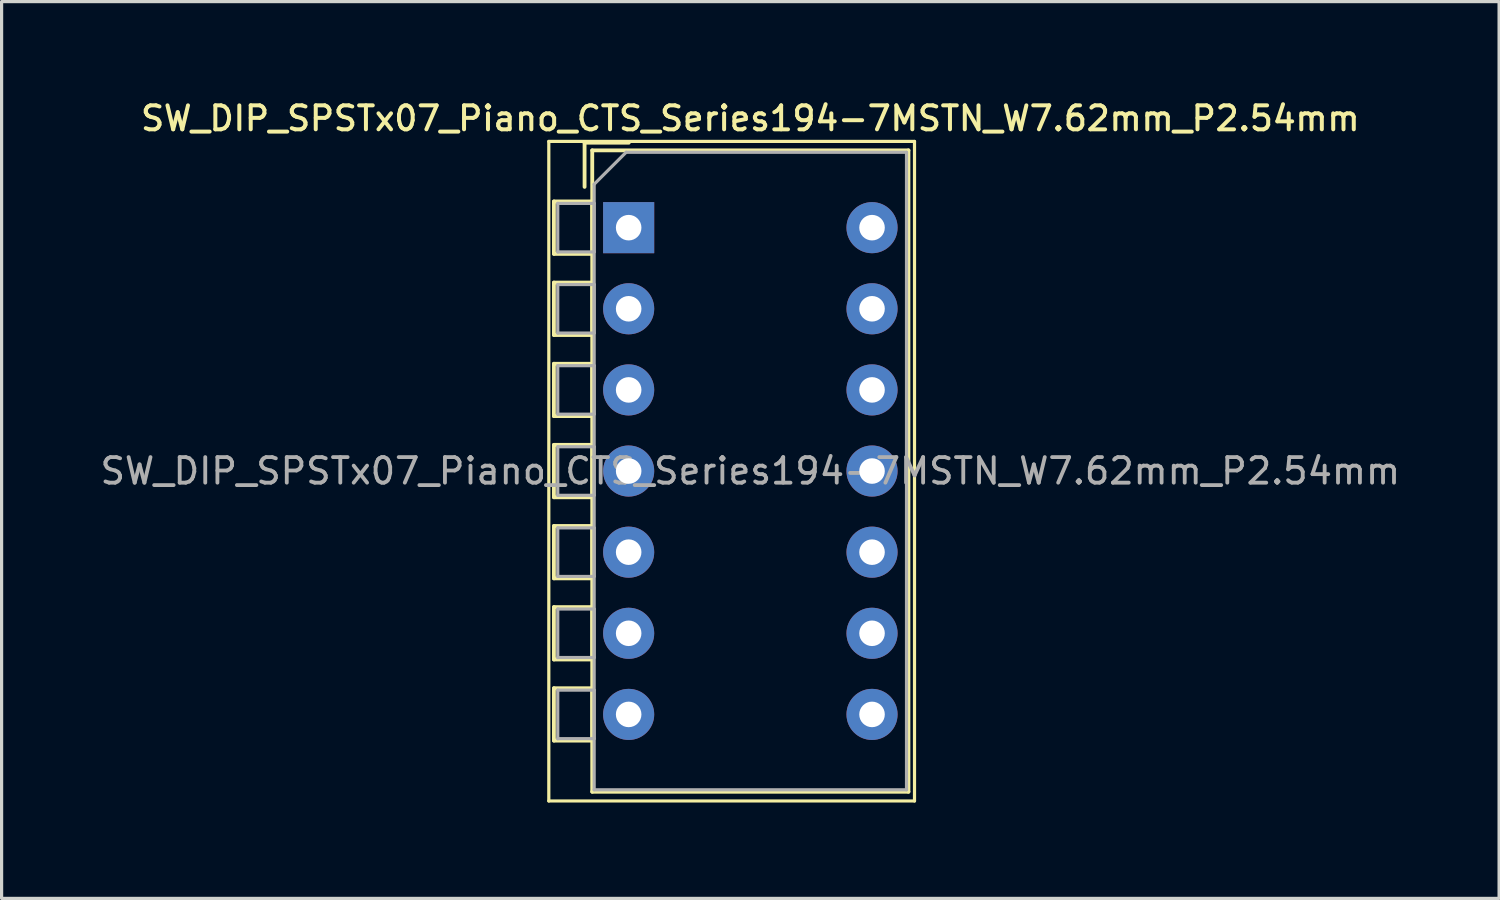
<source format=kicad_pcb>
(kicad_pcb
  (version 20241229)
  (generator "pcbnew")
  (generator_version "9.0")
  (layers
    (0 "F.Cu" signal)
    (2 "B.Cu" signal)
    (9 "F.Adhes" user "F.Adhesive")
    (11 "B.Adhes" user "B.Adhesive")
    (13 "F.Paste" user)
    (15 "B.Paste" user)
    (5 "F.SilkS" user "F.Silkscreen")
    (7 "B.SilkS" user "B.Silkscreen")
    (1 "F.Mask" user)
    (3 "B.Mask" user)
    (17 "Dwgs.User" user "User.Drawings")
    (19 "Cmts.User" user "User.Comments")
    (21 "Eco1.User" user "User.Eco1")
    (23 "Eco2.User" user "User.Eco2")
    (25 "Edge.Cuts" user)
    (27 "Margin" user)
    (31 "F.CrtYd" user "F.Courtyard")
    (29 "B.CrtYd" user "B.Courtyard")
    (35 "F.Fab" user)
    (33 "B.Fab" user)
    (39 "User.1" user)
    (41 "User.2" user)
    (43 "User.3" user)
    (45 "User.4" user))
  (footprint "SW_DIP_SPSTx07_Piano_CTS_Series194-7MSTN_W7.62mm_P2.54mm"
    (layer "F.Cu")
    (at 16.633 4.078)
    (property "Reference" "SW_DIP_SPSTx07_Piano_CTS_Series194-7MSTN_W7.62mm_P2.54mm" (at 3.81 -3.42 0) (layer "F.SilkS") (effects (font (size 0.75 0.75) (thickness 0.125))))
    (attr through_hole)
    (fp_line (start -2.5 -2.7) (end -2.5 17.95) (stroke (width 0.1) (type solid)) (layer "F.SilkS"))
    (fp_line (start -2.5 17.95) (end 8.95 17.95) (stroke (width 0.1) (type solid)) (layer "F.SilkS"))
    (fp_line (start -2.34 -0.82) (end -2.34 0.82) (stroke (width 0.12) (type solid)) (layer "F.SilkS"))
    (fp_line (start -2.34 -0.82) (end -1.14 -0.82) (stroke (width 0.12) (type solid)) (layer "F.SilkS"))
    (fp_line (start -2.34 0.82) (end -1.14 0.82) (stroke (width 0.12) (type solid)) (layer "F.SilkS"))
    (fp_line (start -2.34 1.72) (end -2.34 3.361) (stroke (width 0.12) (type solid)) (layer "F.SilkS"))
    (fp_line (start -2.34 1.72) (end -1.14 1.72) (stroke (width 0.12) (type solid)) (layer "F.SilkS"))
    (fp_line (start -2.34 3.361) (end -1.14 3.361) (stroke (width 0.12) (type solid)) (layer "F.SilkS"))
    (fp_line (start -2.34 4.261) (end -2.34 5.9) (stroke (width 0.12) (type solid)) (layer "F.SilkS"))
    (fp_line (start -2.34 4.261) (end -1.14 4.261) (stroke (width 0.12) (type solid)) (layer "F.SilkS"))
    (fp_line (start -2.34 5.9) (end -1.14 5.9) (stroke (width 0.12) (type solid)) (layer "F.SilkS"))
    (fp_line (start -2.34 6.801) (end -2.34 8.441) (stroke (width 0.12) (type solid)) (layer "F.SilkS"))
    (fp_line (start -2.34 6.801) (end -1.14 6.801) (stroke (width 0.12) (type solid)) (layer "F.SilkS"))
    (fp_line (start -2.34 8.441) (end -1.14 8.441) (stroke (width 0.12) (type solid)) (layer "F.SilkS"))
    (fp_line (start -2.34 9.34) (end -2.34 10.98) (stroke (width 0.12) (type solid)) (layer "F.SilkS"))
    (fp_line (start -2.34 9.34) (end -1.14 9.34) (stroke (width 0.12) (type solid)) (layer "F.SilkS"))
    (fp_line (start -2.34 10.98) (end -1.14 10.98) (stroke (width 0.12) (type solid)) (layer "F.SilkS"))
    (fp_line (start -2.34 11.88) (end -2.34 13.52) (stroke (width 0.12) (type solid)) (layer "F.SilkS"))
    (fp_line (start -2.34 11.88) (end -1.14 11.88) (stroke (width 0.12) (type solid)) (layer "F.SilkS"))
    (fp_line (start -2.34 13.52) (end -1.14 13.52) (stroke (width 0.12) (type solid)) (layer "F.SilkS"))
    (fp_line (start -2.34 14.42) (end -2.34 16.06) (stroke (width 0.12) (type solid)) (layer "F.SilkS"))
    (fp_line (start -2.34 14.42) (end -1.14 14.42) (stroke (width 0.12) (type solid)) (layer "F.SilkS"))
    (fp_line (start -2.34 16.06) (end -1.14 16.06) (stroke (width 0.12) (type solid)) (layer "F.SilkS"))
    (fp_line (start -1.38 -2.66) (end -1.38 -1.277) (stroke (width 0.12) (type solid)) (layer "F.SilkS"))
    (fp_line (start -1.38 -2.66) (end 0.004 -2.66) (stroke (width 0.12) (type solid)) (layer "F.SilkS"))
    (fp_line (start -1.14 -2.42) (end -1.14 17.661) (stroke (width 0.12) (type solid)) (layer "F.SilkS"))
    (fp_line (start -1.14 -2.42) (end 8.76 -2.42) (stroke (width 0.12) (type solid)) (layer "F.SilkS"))
    (fp_line (start -1.14 -0.82) (end -1.14 0.82) (stroke (width 0.12) (type solid)) (layer "F.SilkS"))
    (fp_line (start -1.14 1.72) (end -1.14 3.361) (stroke (width 0.12) (type solid)) (layer "F.SilkS"))
    (fp_line (start -1.14 4.261) (end -1.14 5.9) (stroke (width 0.12) (type solid)) (layer "F.SilkS"))
    (fp_line (start -1.14 6.801) (end -1.14 8.441) (stroke (width 0.12) (type solid)) (layer "F.SilkS"))
    (fp_line (start -1.14 9.34) (end -1.14 10.98) (stroke (width 0.12) (type solid)) (layer "F.SilkS"))
    (fp_line (start -1.14 11.88) (end -1.14 13.52) (stroke (width 0.12) (type solid)) (layer "F.SilkS"))
    (fp_line (start -1.14 14.42) (end -1.14 16.06) (stroke (width 0.12) (type solid)) (layer "F.SilkS"))
    (fp_line (start -1.14 17.661) (end 8.76 17.661) (stroke (width 0.12) (type solid)) (layer "F.SilkS"))
    (fp_line (start 8.76 -2.42) (end 8.76 17.661) (stroke (width 0.12) (type solid)) (layer "F.SilkS"))
    (fp_line (start 8.95 -2.7) (end -2.5 -2.7) (stroke (width 0.1) (type solid)) (layer "F.SilkS"))
    (fp_line (start 8.95 17.95) (end 8.95 -2.7) (stroke (width 0.1) (type solid)) (layer "F.SilkS"))
    (fp_line (start -2.22 -0.76) (end -1.08 -0.76) (stroke (width 0.1) (type solid)) (layer "F.Fab"))
    (fp_line (start -2.22 0.76) (end -2.22 -0.76) (stroke (width 0.1) (type solid)) (layer "F.Fab"))
    (fp_line (start -2.22 1.78) (end -1.08 1.78) (stroke (width 0.1) (type solid)) (layer "F.Fab"))
    (fp_line (start -2.22 3.3) (end -2.22 1.78) (stroke (width 0.1) (type solid)) (layer "F.Fab"))
    (fp_line (start -2.22 4.32) (end -1.08 4.32) (stroke (width 0.1) (type solid)) (layer "F.Fab"))
    (fp_line (start -2.22 5.84) (end -2.22 4.32) (stroke (width 0.1) (type solid)) (layer "F.Fab"))
    (fp_line (start -2.22 6.86) (end -1.08 6.86) (stroke (width 0.1) (type solid)) (layer "F.Fab"))
    (fp_line (start -2.22 8.38) (end -2.22 6.86) (stroke (width 0.1) (type solid)) (layer "F.Fab"))
    (fp_line (start -2.22 9.4) (end -1.08 9.4) (stroke (width 0.1) (type solid)) (layer "F.Fab"))
    (fp_line (start -2.22 10.92) (end -2.22 9.4) (stroke (width 0.1) (type solid)) (layer "F.Fab"))
    (fp_line (start -2.22 11.94) (end -1.08 11.94) (stroke (width 0.1) (type solid)) (layer "F.Fab"))
    (fp_line (start -2.22 13.46) (end -2.22 11.94) (stroke (width 0.1) (type solid)) (layer "F.Fab"))
    (fp_line (start -2.22 14.48) (end -1.08 14.48) (stroke (width 0.1) (type solid)) (layer "F.Fab"))
    (fp_line (start -2.22 16) (end -2.22 14.48) (stroke (width 0.1) (type solid)) (layer "F.Fab"))
    (fp_line (start -1.08 -1.36) (end -0.08 -2.36) (stroke (width 0.1) (type solid)) (layer "F.Fab"))
    (fp_line (start -1.08 -0.76) (end -1.08 0.76) (stroke (width 0.1) (type solid)) (layer "F.Fab"))
    (fp_line (start -1.08 0.76) (end -2.22 0.76) (stroke (width 0.1) (type solid)) (layer "F.Fab"))
    (fp_line (start -1.08 1.78) (end -1.08 3.3) (stroke (width 0.1) (type solid)) (layer "F.Fab"))
    (fp_line (start -1.08 3.3) (end -2.22 3.3) (stroke (width 0.1) (type solid)) (layer "F.Fab"))
    (fp_line (start -1.08 4.32) (end -1.08 5.84) (stroke (width 0.1) (type solid)) (layer "F.Fab"))
    (fp_line (start -1.08 5.84) (end -2.22 5.84) (stroke (width 0.1) (type solid)) (layer "F.Fab"))
    (fp_line (start -1.08 6.86) (end -1.08 8.38) (stroke (width 0.1) (type solid)) (layer "F.Fab"))
    (fp_line (start -1.08 8.38) (end -2.22 8.38) (stroke (width 0.1) (type solid)) (layer "F.Fab"))
    (fp_line (start -1.08 9.4) (end -1.08 10.92) (stroke (width 0.1) (type solid)) (layer "F.Fab"))
    (fp_line (start -1.08 10.92) (end -2.22 10.92) (stroke (width 0.1) (type solid)) (layer "F.Fab"))
    (fp_line (start -1.08 11.94) (end -1.08 13.46) (stroke (width 0.1) (type solid)) (layer "F.Fab"))
    (fp_line (start -1.08 13.46) (end -2.22 13.46) (stroke (width 0.1) (type solid)) (layer "F.Fab"))
    (fp_line (start -1.08 14.48) (end -1.08 16) (stroke (width 0.1) (type solid)) (layer "F.Fab"))
    (fp_line (start -1.08 16) (end -2.22 16) (stroke (width 0.1) (type solid)) (layer "F.Fab"))
    (fp_line (start -1.08 17.6) (end -1.08 -1.36) (stroke (width 0.1) (type solid)) (layer "F.Fab"))
    (fp_line (start -0.08 -2.36) (end 8.7 -2.36) (stroke (width 0.1) (type solid)) (layer "F.Fab"))
    (fp_line (start 8.7 -2.36) (end 8.7 17.6) (stroke (width 0.1) (type solid)) (layer "F.Fab"))
    (fp_line (start 8.7 17.6) (end -1.08 17.6) (stroke (width 0.1) (type solid)) (layer "F.Fab"))
    (fp_text user "${REFERENCE}" (at 3.81 7.62 0) (layer "F.Fab") (effects (font (size 0.8 0.8) (thickness 0.12))))
    (pad "1" thru_hole rect (at 0 0) (size 1.6 1.6) (drill 0.8) (layers "*.Cu" "*.Mask"))
    (pad "2" thru_hole oval (at 0 2.54) (size 1.6 1.6) (drill 0.8) (layers "*.Cu" "*.Mask"))
    (pad "3" thru_hole oval (at 0 5.08) (size 1.6 1.6) (drill 0.8) (layers "*.Cu" "*.Mask"))
    (pad "4" thru_hole oval (at 0 7.62) (size 1.6 1.6) (drill 0.8) (layers "*.Cu" "*.Mask"))
    (pad "5" thru_hole oval (at 0 10.16) (size 1.6 1.6) (drill 0.8) (layers "*.Cu" "*.Mask"))
    (pad "6" thru_hole oval (at 0 12.7) (size 1.6 1.6) (drill 0.8) (layers "*.Cu" "*.Mask"))
    (pad "7" thru_hole oval (at 0 15.24) (size 1.6 1.6) (drill 0.8) (layers "*.Cu" "*.Mask"))
    (pad "8" thru_hole oval (at 7.62 15.24) (size 1.6 1.6) (drill 0.8) (layers "*.Cu" "*.Mask"))
    (pad "9" thru_hole oval (at 7.62 12.7) (size 1.6 1.6) (drill 0.8) (layers "*.Cu" "*.Mask"))
    (pad "10" thru_hole oval (at 7.62 10.16) (size 1.6 1.6) (drill 0.8) (layers "*.Cu" "*.Mask"))
    (pad "11" thru_hole oval (at 7.62 7.62) (size 1.6 1.6) (drill 0.8) (layers "*.Cu" "*.Mask"))
    (pad "12" thru_hole oval (at 7.62 5.08) (size 1.6 1.6) (drill 0.8) (layers "*.Cu" "*.Mask"))
    (pad "13" thru_hole oval (at 7.62 2.54) (size 1.6 1.6) (drill 0.8) (layers "*.Cu" "*.Mask"))
    (pad "14" thru_hole oval (at 7.62 0) (size 1.6 1.6) (drill 0.8) (layers "*.Cu" "*.Mask")))
  (gr_rect
    (start -3 -3)
    (end 43.886 25.078)
    (stroke (width 0.1) (type default))
    (fill no)
    (layer "Edge.Cuts")))
</source>
